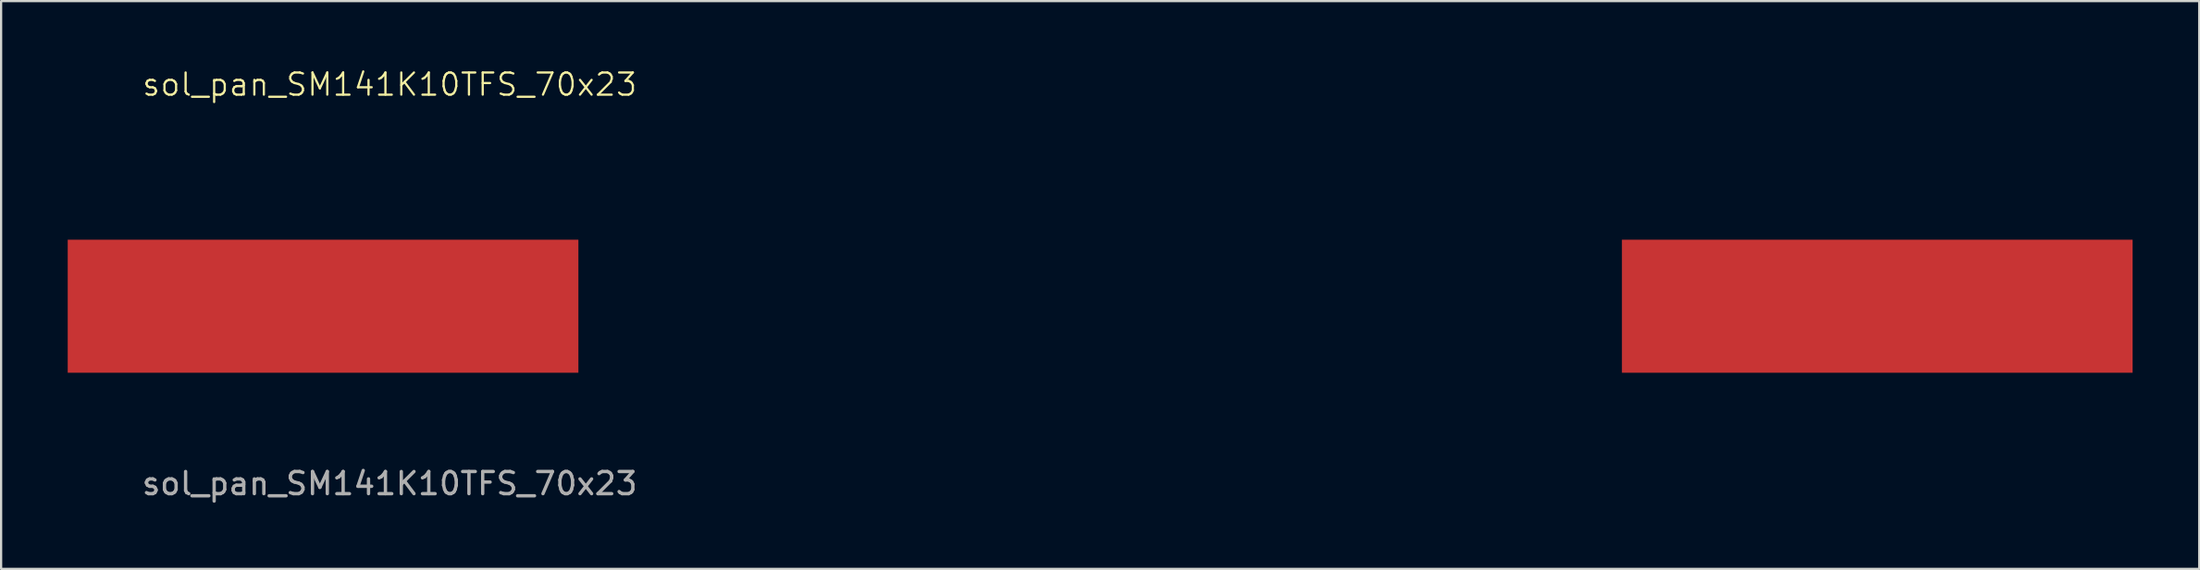
<source format=kicad_pcb>
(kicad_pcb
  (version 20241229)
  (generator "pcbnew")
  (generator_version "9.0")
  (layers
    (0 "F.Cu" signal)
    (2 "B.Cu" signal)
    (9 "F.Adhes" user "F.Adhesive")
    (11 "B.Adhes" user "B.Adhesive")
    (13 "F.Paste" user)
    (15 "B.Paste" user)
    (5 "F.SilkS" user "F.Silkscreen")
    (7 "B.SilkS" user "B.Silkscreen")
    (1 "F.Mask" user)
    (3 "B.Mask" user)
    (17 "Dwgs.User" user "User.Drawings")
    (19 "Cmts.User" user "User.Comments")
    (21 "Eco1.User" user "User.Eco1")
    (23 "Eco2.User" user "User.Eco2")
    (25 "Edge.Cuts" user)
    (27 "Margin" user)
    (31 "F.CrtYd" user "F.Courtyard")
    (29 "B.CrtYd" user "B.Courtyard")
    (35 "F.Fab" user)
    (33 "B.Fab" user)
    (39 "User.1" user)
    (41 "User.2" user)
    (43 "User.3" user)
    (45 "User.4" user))
  (footprint "sol_pan_SM141K10TFS_70x23"
    (layer "F.Cu")
    (at 14.5 9.761)
    (property "Reference" "sol_pan_SM141K10TFS_70x23" (at 0 -9 0) (unlocked yes) (layer "F.SilkS") (effects (font (size 1 1) (thickness 0.1))))
    (attr smd)
    (fp_text user "${REFERENCE}" (at 0 9 0) (unlocked yes) (layer "F.Fab") (effects (font (size 1 1) (thickness 0.15))))
    (pad "1" smd rect (at -3 1) (size 23 6) (layers "F.Cu" "F.Mask" "F.Paste"))
    (pad "2" smd rect (at 67 1) (size 23 6) (layers "F.Cu" "F.Mask" "F.Paste")))
  (gr_rect
    (start -3 -3)
    (end 96 22.609)
    (stroke (width 0.1) (type default))
    (fill no)
    (layer "Edge.Cuts")))
</source>
